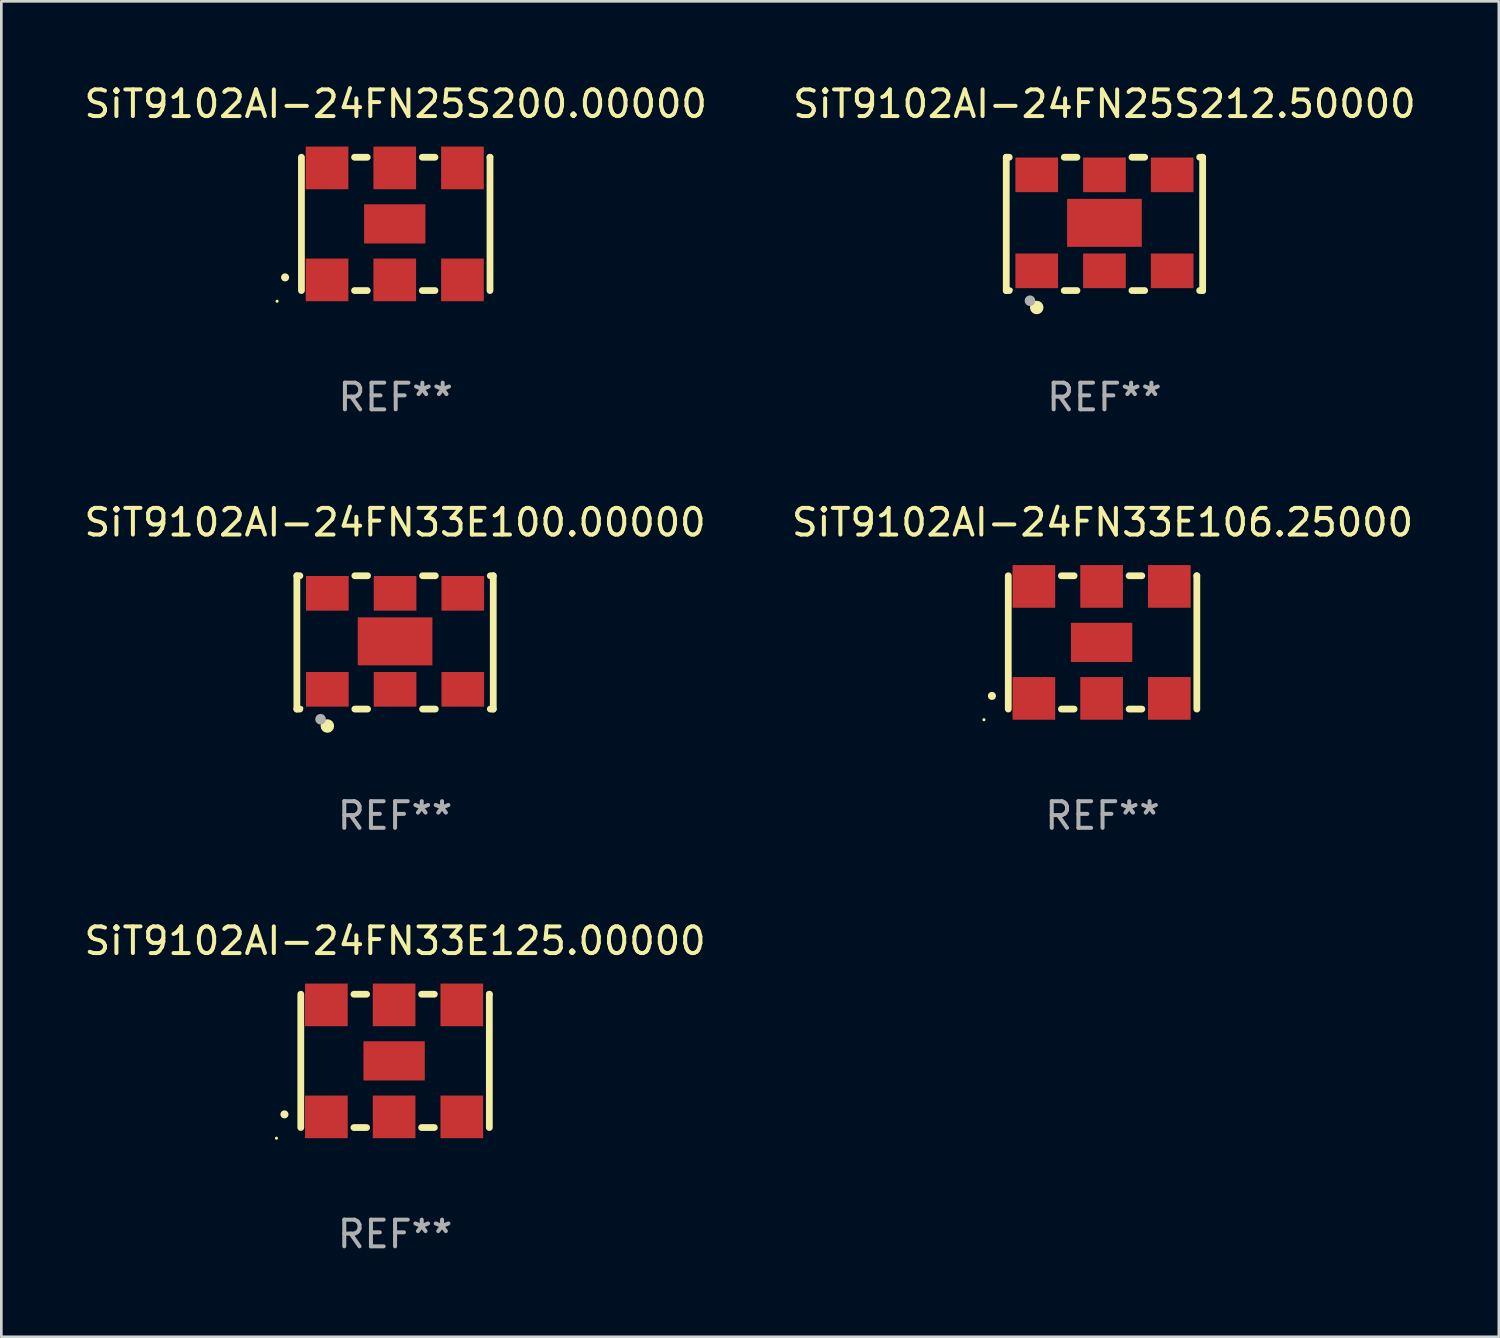
<source format=kicad_pcb>
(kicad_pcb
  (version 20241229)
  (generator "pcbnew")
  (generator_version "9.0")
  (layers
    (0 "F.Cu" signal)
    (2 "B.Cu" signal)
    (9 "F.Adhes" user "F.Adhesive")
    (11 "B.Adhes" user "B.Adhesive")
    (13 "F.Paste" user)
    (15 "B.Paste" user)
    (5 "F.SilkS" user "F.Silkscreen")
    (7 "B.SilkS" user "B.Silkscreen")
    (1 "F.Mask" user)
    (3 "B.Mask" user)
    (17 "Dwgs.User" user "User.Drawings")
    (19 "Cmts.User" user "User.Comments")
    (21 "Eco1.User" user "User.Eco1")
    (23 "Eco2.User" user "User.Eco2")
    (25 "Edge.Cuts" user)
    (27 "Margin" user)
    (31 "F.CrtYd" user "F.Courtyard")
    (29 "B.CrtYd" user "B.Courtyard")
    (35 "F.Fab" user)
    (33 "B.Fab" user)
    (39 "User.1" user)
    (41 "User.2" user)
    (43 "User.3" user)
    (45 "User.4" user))
  (footprint "SiT9102AI-24FN25S212.50000"
    (layer "F.Cu")
    (at 38.375 5.348)
    (property "Reference" "SiT9102AI-24FN25S212.50000" (at 0 -4.5 0) (layer "F.SilkS") (effects (font (size 1 1) (thickness 0.15))))
    (attr through_hole)
    (fp_line (start -3.683 -2.5) (end -3.571 -2.5) (stroke (width 0.254) (type solid)) (layer "F.SilkS"))
    (fp_line (start -3.683 2.5) (end -3.683 -2.5) (stroke (width 0.254) (type solid)) (layer "F.SilkS"))
    (fp_line (start -3.683 2.5) (end -3.571 2.5) (stroke (width 0.254) (type solid)) (layer "F.SilkS"))
    (fp_line (start -1.509 -2.5) (end -1.031 -2.5) (stroke (width 0.254) (type solid)) (layer "F.SilkS"))
    (fp_line (start -1.509 2.5) (end -1.031 2.5) (stroke (width 0.254) (type solid)) (layer "F.SilkS"))
    (fp_line (start 1.031 -2.5) (end 1.509 -2.5) (stroke (width 0.254) (type solid)) (layer "F.SilkS"))
    (fp_line (start 1.031 2.5) (end 1.509 2.5) (stroke (width 0.254) (type solid)) (layer "F.SilkS"))
    (fp_line (start 3.571 -2.5) (end 3.683 -2.5) (stroke (width 0.254) (type solid)) (layer "F.SilkS"))
    (fp_line (start 3.571 2.5) (end 3.683 2.5) (stroke (width 0.254) (type solid)) (layer "F.SilkS"))
    (fp_line (start 3.683 2.5) (end 3.683 -2.5) (stroke (width 0.254) (type solid)) (layer "F.SilkS"))
    (fp_circle (center -3.5 2.46) (end -3.47 2.46) (stroke (width 0.06) (type solid)) (fill no) (layer "F.SilkS"))
    (fp_circle (center -2.54 3.135) (end -2.413 3.135) (stroke (width 0.254) (type solid)) (fill no) (layer "F.SilkS"))
    (fp_circle (center -2.794 2.881) (end -2.694 2.881) (stroke (width 0.2) (type solid)) (fill no) (layer "F.Fab"))
    (fp_text user "REF**" (at 0 6.5 0) (layer "F.Fab") (effects (font (size 1 1) (thickness 0.15))))
    (pad "1" smd rect (at -2.54 1.76) (size 1.6 1.3) (layers "F.Cu" "F.Mask" "F.Paste"))
    (pad "2" smd rect (at 0 1.76) (size 1.6 1.3) (layers "F.Cu" "F.Mask" "F.Paste"))
    (pad "3" smd rect (at 2.54 1.76) (size 1.6 1.3) (layers "F.Cu" "F.Mask" "F.Paste"))
    (pad "4" smd rect (at 2.54 -1.84) (size 1.6 1.3) (layers "F.Cu" "F.Mask" "F.Paste"))
    (pad "5" smd rect (at 0 -1.84) (size 1.6 1.3) (layers "F.Cu" "F.Mask" "F.Paste"))
    (pad "6" smd rect (at -2.54 -1.84) (size 1.6 1.3) (layers "F.Cu" "F.Mask" "F.Paste"))
    (pad "7" smd rect (at 0 -0.04) (size 2.8 1.8) (layers "F.Cu" "F.Mask" "F.Paste")))
  (footprint "SiT9102AI-24FN33E125.00000"
    (layer "F.Cu")
    (at 11.768 36.741)
    (property "Reference" "SiT9102AI-24FN33E125.00000" (at 0 -4.5 0) (layer "F.SilkS") (effects (font (size 1 1) (thickness 0.15))))
    (attr through_hole)
    (fp_line (start -3.536 -2.5) (end -3.536 2.5) (stroke (width 0.254) (type solid)) (layer "F.SilkS"))
    (fp_line (start -1.544 2.5) (end -1.067 2.5) (stroke (width 0.254) (type solid)) (layer "F.SilkS"))
    (fp_line (start -1.067 -2.5) (end -1.544 -2.5) (stroke (width 0.254) (type solid)) (layer "F.SilkS"))
    (fp_line (start 0.996 2.5) (end 1.473 2.5) (stroke (width 0.254) (type solid)) (layer "F.SilkS"))
    (fp_line (start 1.473 -2.5) (end 0.996 -2.5) (stroke (width 0.254) (type solid)) (layer "F.SilkS"))
    (fp_line (start 3.536 -2.5) (end 3.536 -2.5) (stroke (width 0.254) (type solid)) (layer "F.SilkS"))
    (fp_line (start 3.536 2.5) (end 3.536 -2.5) (stroke (width 0.254) (type solid)) (layer "F.SilkS"))
    (fp_arc (start -4.150432 2.006604) (mid -4.149162 2.006599) (end -4.147892 2.006604) (stroke (width 0.3) (type solid)) (layer "F.SilkS"))
    (fp_circle (center -4.449 2.9) (end -4.419 2.9) (stroke (width 0.06) (type solid)) (fill no) (layer "F.SilkS"))
    (fp_text user "REF**" (at 0 6.5 0) (layer "F.Fab") (effects (font (size 1 1) (thickness 0.15))))
    (pad "1" smd rect (at -2.576 2.1) (size 1.6 1.6) (layers "F.Cu" "F.Mask" "F.Paste"))
    (pad "2" smd rect (at -0.036 2.1) (size 1.6 1.6) (layers "F.Cu" "F.Mask" "F.Paste"))
    (pad "3" smd rect (at 2.504 2.1) (size 1.6 1.6) (layers "F.Cu" "F.Mask" "F.Paste"))
    (pad "4" smd rect (at 2.504 -2.1) (size 1.6 1.6) (layers "F.Cu" "F.Mask" "F.Paste"))
    (pad "5" smd rect (at -0.036 -2.1) (size 1.6 1.6) (layers "F.Cu" "F.Mask" "F.Paste"))
    (pad "6" smd rect (at -2.576 -2.1) (size 1.6 1.6) (layers "F.Cu" "F.Mask" "F.Paste"))
    (pad "7" smd rect (at -0.036 0) (size 2.3 1.47) (layers "F.Cu" "F.Mask" "F.Paste")))
  (footprint "SiT9102AI-24FN25S200.00000"
    (layer "F.Cu")
    (at 11.792 5.348)
    (property "Reference" "SiT9102AI-24FN25S200.00000" (at 0 -4.5 0) (layer "F.SilkS") (effects (font (size 1 1) (thickness 0.15))))
    (attr through_hole)
    (fp_line (start -3.536 -2.5) (end -3.536 2.5) (stroke (width 0.254) (type solid)) (layer "F.SilkS"))
    (fp_line (start -1.544 2.5) (end -1.067 2.5) (stroke (width 0.254) (type solid)) (layer "F.SilkS"))
    (fp_line (start -1.067 -2.5) (end -1.544 -2.5) (stroke (width 0.254) (type solid)) (layer "F.SilkS"))
    (fp_line (start 0.996 2.5) (end 1.473 2.5) (stroke (width 0.254) (type solid)) (layer "F.SilkS"))
    (fp_line (start 1.473 -2.5) (end 0.996 -2.5) (stroke (width 0.254) (type solid)) (layer "F.SilkS"))
    (fp_line (start 3.536 -2.5) (end 3.536 -2.5) (stroke (width 0.254) (type solid)) (layer "F.SilkS"))
    (fp_line (start 3.536 2.5) (end 3.536 -2.5) (stroke (width 0.254) (type solid)) (layer "F.SilkS"))
    (fp_arc (start -4.150432 2.006604) (mid -4.149162 2.006599) (end -4.147892 2.006604) (stroke (width 0.3) (type solid)) (layer "F.SilkS"))
    (fp_circle (center -4.449 2.9) (end -4.419 2.9) (stroke (width 0.06) (type solid)) (fill no) (layer "F.SilkS"))
    (fp_text user "REF**" (at 0 6.5 0) (layer "F.Fab") (effects (font (size 1 1) (thickness 0.15))))
    (pad "1" smd rect (at -2.576 2.1) (size 1.6 1.6) (layers "F.Cu" "F.Mask" "F.Paste"))
    (pad "2" smd rect (at -0.036 2.1) (size 1.6 1.6) (layers "F.Cu" "F.Mask" "F.Paste"))
    (pad "3" smd rect (at 2.504 2.1) (size 1.6 1.6) (layers "F.Cu" "F.Mask" "F.Paste"))
    (pad "4" smd rect (at 2.504 -2.1) (size 1.6 1.6) (layers "F.Cu" "F.Mask" "F.Paste"))
    (pad "5" smd rect (at -0.036 -2.1) (size 1.6 1.6) (layers "F.Cu" "F.Mask" "F.Paste"))
    (pad "6" smd rect (at -2.576 -2.1) (size 1.6 1.6) (layers "F.Cu" "F.Mask" "F.Paste"))
    (pad "7" smd rect (at -0.036 0) (size 2.3 1.47) (layers "F.Cu" "F.Mask" "F.Paste")))
  (footprint "SiT9102AI-24FN33E100.00000"
    (layer "F.Cu")
    (at 11.768 21.045)
    (property "Reference" "SiT9102AI-24FN33E100.00000" (at 0 -4.5 0) (layer "F.SilkS") (effects (font (size 1 1) (thickness 0.15))))
    (attr through_hole)
    (fp_line (start -3.683 -2.5) (end -3.571 -2.5) (stroke (width 0.254) (type solid)) (layer "F.SilkS"))
    (fp_line (start -3.683 2.5) (end -3.683 -2.5) (stroke (width 0.254) (type solid)) (layer "F.SilkS"))
    (fp_line (start -3.683 2.5) (end -3.571 2.5) (stroke (width 0.254) (type solid)) (layer "F.SilkS"))
    (fp_line (start -1.509 -2.5) (end -1.031 -2.5) (stroke (width 0.254) (type solid)) (layer "F.SilkS"))
    (fp_line (start -1.509 2.5) (end -1.031 2.5) (stroke (width 0.254) (type solid)) (layer "F.SilkS"))
    (fp_line (start 1.031 -2.5) (end 1.509 -2.5) (stroke (width 0.254) (type solid)) (layer "F.SilkS"))
    (fp_line (start 1.031 2.5) (end 1.509 2.5) (stroke (width 0.254) (type solid)) (layer "F.SilkS"))
    (fp_line (start 3.571 -2.5) (end 3.683 -2.5) (stroke (width 0.254) (type solid)) (layer "F.SilkS"))
    (fp_line (start 3.571 2.5) (end 3.683 2.5) (stroke (width 0.254) (type solid)) (layer "F.SilkS"))
    (fp_line (start 3.683 2.5) (end 3.683 -2.5) (stroke (width 0.254) (type solid)) (layer "F.SilkS"))
    (fp_circle (center -3.5 2.46) (end -3.47 2.46) (stroke (width 0.06) (type solid)) (fill no) (layer "F.SilkS"))
    (fp_circle (center -2.54 3.135) (end -2.413 3.135) (stroke (width 0.254) (type solid)) (fill no) (layer "F.SilkS"))
    (fp_circle (center -2.794 2.881) (end -2.694 2.881) (stroke (width 0.2) (type solid)) (fill no) (layer "F.Fab"))
    (fp_text user "REF**" (at 0 6.5 0) (layer "F.Fab") (effects (font (size 1 1) (thickness 0.15))))
    (pad "1" smd rect (at -2.54 1.76) (size 1.6 1.3) (layers "F.Cu" "F.Mask" "F.Paste"))
    (pad "2" smd rect (at 0 1.76) (size 1.6 1.3) (layers "F.Cu" "F.Mask" "F.Paste"))
    (pad "3" smd rect (at 2.54 1.76) (size 1.6 1.3) (layers "F.Cu" "F.Mask" "F.Paste"))
    (pad "4" smd rect (at 2.54 -1.84) (size 1.6 1.3) (layers "F.Cu" "F.Mask" "F.Paste"))
    (pad "5" smd rect (at 0 -1.84) (size 1.6 1.3) (layers "F.Cu" "F.Mask" "F.Paste"))
    (pad "6" smd rect (at -2.54 -1.84) (size 1.6 1.3) (layers "F.Cu" "F.Mask" "F.Paste"))
    (pad "7" smd rect (at 0 -0.04) (size 2.8 1.8) (layers "F.Cu" "F.Mask" "F.Paste")))
  (footprint "SiT9102AI-24FN33E106.25000"
    (layer "F.Cu")
    (at 38.304 21.045)
    (property "Reference" "SiT9102AI-24FN33E106.25000" (at 0 -4.5 0) (layer "F.SilkS") (effects (font (size 1 1) (thickness 0.15))))
    (attr through_hole)
    (fp_line (start -3.536 -2.5) (end -3.536 2.5) (stroke (width 0.254) (type solid)) (layer "F.SilkS"))
    (fp_line (start -1.544 2.5) (end -1.067 2.5) (stroke (width 0.254) (type solid)) (layer "F.SilkS"))
    (fp_line (start -1.067 -2.5) (end -1.544 -2.5) (stroke (width 0.254) (type solid)) (layer "F.SilkS"))
    (fp_line (start 0.996 2.5) (end 1.473 2.5) (stroke (width 0.254) (type solid)) (layer "F.SilkS"))
    (fp_line (start 1.473 -2.5) (end 0.996 -2.5) (stroke (width 0.254) (type solid)) (layer "F.SilkS"))
    (fp_line (start 3.536 -2.5) (end 3.536 -2.5) (stroke (width 0.254) (type solid)) (layer "F.SilkS"))
    (fp_line (start 3.536 2.5) (end 3.536 -2.5) (stroke (width 0.254) (type solid)) (layer "F.SilkS"))
    (fp_arc (start -4.150432 2.006604) (mid -4.149162 2.006599) (end -4.147892 2.006604) (stroke (width 0.3) (type solid)) (layer "F.SilkS"))
    (fp_circle (center -4.449 2.9) (end -4.419 2.9) (stroke (width 0.06) (type solid)) (fill no) (layer "F.SilkS"))
    (fp_text user "REF**" (at 0 6.5 0) (layer "F.Fab") (effects (font (size 1 1) (thickness 0.15))))
    (pad "1" smd rect (at -2.576 2.1) (size 1.6 1.6) (layers "F.Cu" "F.Mask" "F.Paste"))
    (pad "2" smd rect (at -0.036 2.1) (size 1.6 1.6) (layers "F.Cu" "F.Mask" "F.Paste"))
    (pad "3" smd rect (at 2.504 2.1) (size 1.6 1.6) (layers "F.Cu" "F.Mask" "F.Paste"))
    (pad "4" smd rect (at 2.504 -2.1) (size 1.6 1.6) (layers "F.Cu" "F.Mask" "F.Paste"))
    (pad "5" smd rect (at -0.036 -2.1) (size 1.6 1.6) (layers "F.Cu" "F.Mask" "F.Paste"))
    (pad "6" smd rect (at -2.576 -2.1) (size 1.6 1.6) (layers "F.Cu" "F.Mask" "F.Paste"))
    (pad "7" smd rect (at -0.036 0) (size 2.3 1.47) (layers "F.Cu" "F.Mask" "F.Paste")))
  (gr_rect
    (start -3 -3)
    (end 53.167 47.09)
    (stroke (width 0.1) (type default))
    (fill no)
    (layer "Edge.Cuts")))
</source>
